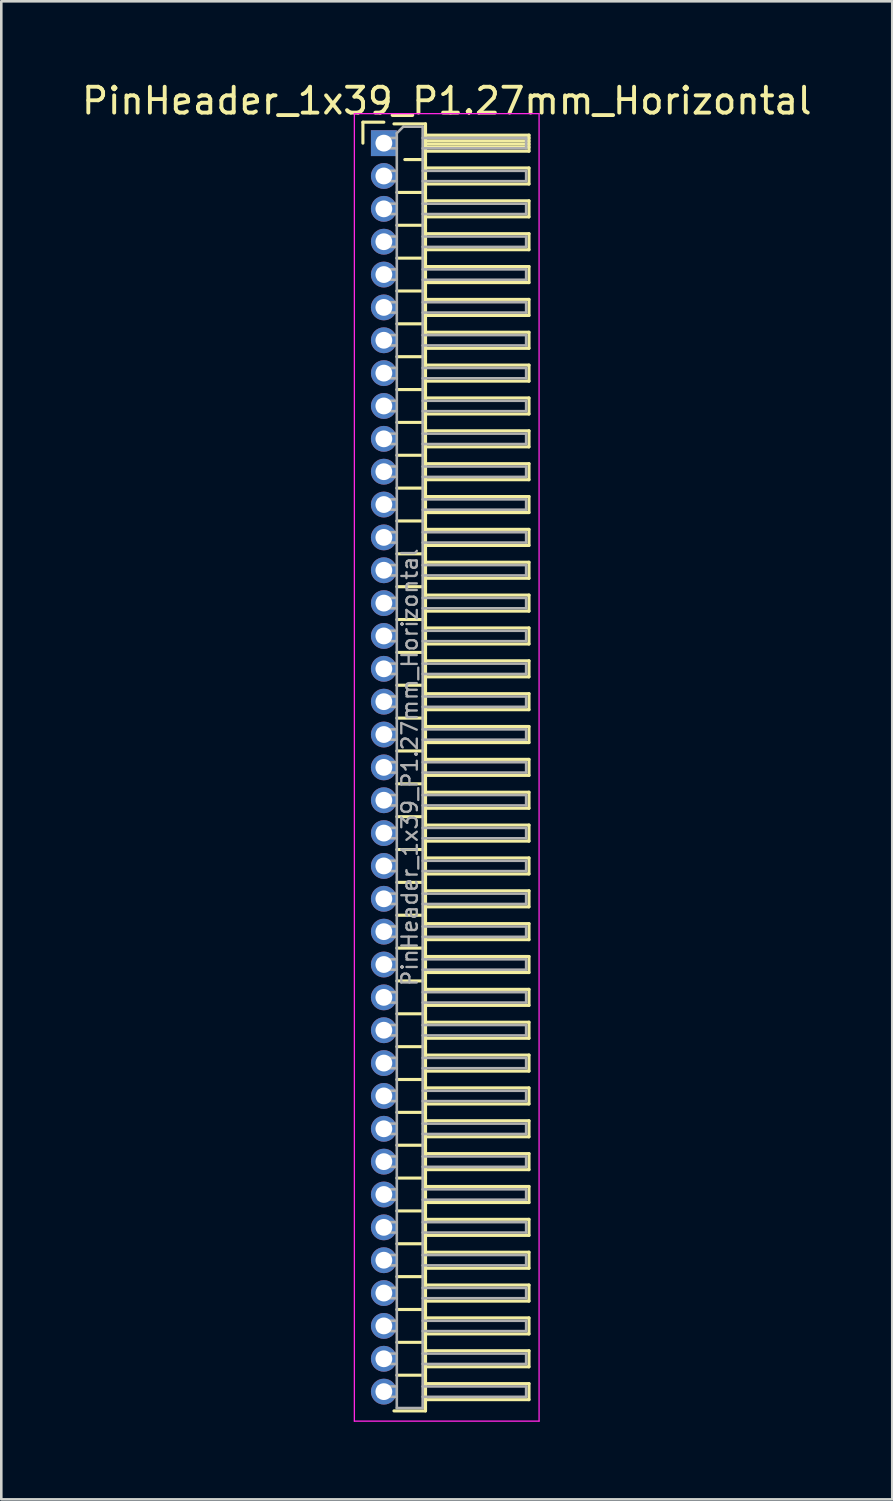
<source format=kicad_pcb>
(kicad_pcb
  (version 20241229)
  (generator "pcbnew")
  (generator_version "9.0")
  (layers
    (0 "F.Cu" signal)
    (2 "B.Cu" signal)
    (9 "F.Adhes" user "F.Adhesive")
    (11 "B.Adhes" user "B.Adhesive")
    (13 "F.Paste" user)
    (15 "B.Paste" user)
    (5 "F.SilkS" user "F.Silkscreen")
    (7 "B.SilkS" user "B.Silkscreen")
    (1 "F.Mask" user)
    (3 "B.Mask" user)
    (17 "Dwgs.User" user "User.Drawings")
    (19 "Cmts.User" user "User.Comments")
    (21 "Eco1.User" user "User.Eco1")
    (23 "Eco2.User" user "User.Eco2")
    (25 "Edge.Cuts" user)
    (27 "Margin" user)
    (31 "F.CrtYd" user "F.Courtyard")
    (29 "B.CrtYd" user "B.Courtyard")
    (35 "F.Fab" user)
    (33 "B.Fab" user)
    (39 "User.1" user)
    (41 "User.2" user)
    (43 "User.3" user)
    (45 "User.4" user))
  (footprint "PinHeader_1x39_P1.27mm_Horizontal"
    (layer "F.Cu")
    (at 11.788 2.483)
    (property "Reference" "PinHeader_1x39_P1.27mm_Horizontal" (at 2.433 -1.635 0) (layer "F.SilkS") (effects (font (size 1 1) (thickness 0.15))))
    (attr through_hole)
    (fp_line (start -0.81 -0.81) (end 0 -0.81) (stroke (width 0.12) (type solid)) (layer "F.SilkS"))
    (fp_line (start -0.81 0) (end -0.81 -0.81) (stroke (width 0.12) (type solid)) (layer "F.SilkS"))
    (fp_line (start 0.39 -0.745) (end 1.61 -0.745) (stroke (width 0.12) (type solid)) (layer "F.SilkS"))
    (fp_line (start 0.503 1.905) (end 1.61 1.905) (stroke (width 0.12) (type solid)) (layer "F.SilkS"))
    (fp_line (start 0.503 3.175) (end 1.61 3.175) (stroke (width 0.12) (type solid)) (layer "F.SilkS"))
    (fp_line (start 0.503 4.445) (end 1.61 4.445) (stroke (width 0.12) (type solid)) (layer "F.SilkS"))
    (fp_line (start 0.503 5.715) (end 1.61 5.715) (stroke (width 0.12) (type solid)) (layer "F.SilkS"))
    (fp_line (start 0.503 6.985) (end 1.61 6.985) (stroke (width 0.12) (type solid)) (layer "F.SilkS"))
    (fp_line (start 0.503 8.255) (end 1.61 8.255) (stroke (width 0.12) (type solid)) (layer "F.SilkS"))
    (fp_line (start 0.503 9.525) (end 1.61 9.525) (stroke (width 0.12) (type solid)) (layer "F.SilkS"))
    (fp_line (start 0.503 10.795) (end 1.61 10.795) (stroke (width 0.12) (type solid)) (layer "F.SilkS"))
    (fp_line (start 0.503 12.065) (end 1.61 12.065) (stroke (width 0.12) (type solid)) (layer "F.SilkS"))
    (fp_line (start 0.503 13.335) (end 1.61 13.335) (stroke (width 0.12) (type solid)) (layer "F.SilkS"))
    (fp_line (start 0.503 14.605) (end 1.61 14.605) (stroke (width 0.12) (type solid)) (layer "F.SilkS"))
    (fp_line (start 0.503 15.875) (end 1.61 15.875) (stroke (width 0.12) (type solid)) (layer "F.SilkS"))
    (fp_line (start 0.503 17.145) (end 1.61 17.145) (stroke (width 0.12) (type solid)) (layer "F.SilkS"))
    (fp_line (start 0.503 18.415) (end 1.61 18.415) (stroke (width 0.12) (type solid)) (layer "F.SilkS"))
    (fp_line (start 0.503 19.685) (end 1.61 19.685) (stroke (width 0.12) (type solid)) (layer "F.SilkS"))
    (fp_line (start 0.503 20.955) (end 1.61 20.955) (stroke (width 0.12) (type solid)) (layer "F.SilkS"))
    (fp_line (start 0.503 22.225) (end 1.61 22.225) (stroke (width 0.12) (type solid)) (layer "F.SilkS"))
    (fp_line (start 0.503 23.495) (end 1.61 23.495) (stroke (width 0.12) (type solid)) (layer "F.SilkS"))
    (fp_line (start 0.503 24.765) (end 1.61 24.765) (stroke (width 0.12) (type solid)) (layer "F.SilkS"))
    (fp_line (start 0.503 26.035) (end 1.61 26.035) (stroke (width 0.12) (type solid)) (layer "F.SilkS"))
    (fp_line (start 0.503 27.305) (end 1.61 27.305) (stroke (width 0.12) (type solid)) (layer "F.SilkS"))
    (fp_line (start 0.503 28.575) (end 1.61 28.575) (stroke (width 0.12) (type solid)) (layer "F.SilkS"))
    (fp_line (start 0.503 29.845) (end 1.61 29.845) (stroke (width 0.12) (type solid)) (layer "F.SilkS"))
    (fp_line (start 0.503 31.115) (end 1.61 31.115) (stroke (width 0.12) (type solid)) (layer "F.SilkS"))
    (fp_line (start 0.503 32.385) (end 1.61 32.385) (stroke (width 0.12) (type solid)) (layer "F.SilkS"))
    (fp_line (start 0.503 33.655) (end 1.61 33.655) (stroke (width 0.12) (type solid)) (layer "F.SilkS"))
    (fp_line (start 0.503 34.925) (end 1.61 34.925) (stroke (width 0.12) (type solid)) (layer "F.SilkS"))
    (fp_line (start 0.503 36.195) (end 1.61 36.195) (stroke (width 0.12) (type solid)) (layer "F.SilkS"))
    (fp_line (start 0.503 37.465) (end 1.61 37.465) (stroke (width 0.12) (type solid)) (layer "F.SilkS"))
    (fp_line (start 0.503 38.735) (end 1.61 38.735) (stroke (width 0.12) (type solid)) (layer "F.SilkS"))
    (fp_line (start 0.503 40.005) (end 1.61 40.005) (stroke (width 0.12) (type solid)) (layer "F.SilkS"))
    (fp_line (start 0.503 41.275) (end 1.61 41.275) (stroke (width 0.12) (type solid)) (layer "F.SilkS"))
    (fp_line (start 0.503 42.545) (end 1.61 42.545) (stroke (width 0.12) (type solid)) (layer "F.SilkS"))
    (fp_line (start 0.503 43.815) (end 1.61 43.815) (stroke (width 0.12) (type solid)) (layer "F.SilkS"))
    (fp_line (start 0.503 45.085) (end 1.61 45.085) (stroke (width 0.12) (type solid)) (layer "F.SilkS"))
    (fp_line (start 0.503 46.355) (end 1.61 46.355) (stroke (width 0.12) (type solid)) (layer "F.SilkS"))
    (fp_line (start 0.503 47.625) (end 1.61 47.625) (stroke (width 0.12) (type solid)) (layer "F.SilkS"))
    (fp_line (start 0.81 0.635) (end 1.61 0.635) (stroke (width 0.12) (type solid)) (layer "F.SilkS"))
    (fp_line (start 1.61 -0.745) (end 1.61 49.005) (stroke (width 0.12) (type solid)) (layer "F.SilkS"))
    (fp_line (start 1.61 -0.31) (end 5.61 -0.31) (stroke (width 0.12) (type solid)) (layer "F.SilkS"))
    (fp_line (start 1.61 -0.2) (end 5.61 -0.2) (stroke (width 0.12) (type solid)) (layer "F.SilkS"))
    (fp_line (start 1.61 -0.08) (end 5.61 -0.08) (stroke (width 0.12) (type solid)) (layer "F.SilkS"))
    (fp_line (start 1.61 0.04) (end 5.61 0.04) (stroke (width 0.12) (type solid)) (layer "F.SilkS"))
    (fp_line (start 1.61 0.16) (end 5.61 0.16) (stroke (width 0.12) (type solid)) (layer "F.SilkS"))
    (fp_line (start 1.61 0.96) (end 5.61 0.96) (stroke (width 0.12) (type solid)) (layer "F.SilkS"))
    (fp_line (start 1.61 2.23) (end 5.61 2.23) (stroke (width 0.12) (type solid)) (layer "F.SilkS"))
    (fp_line (start 1.61 3.5) (end 5.61 3.5) (stroke (width 0.12) (type solid)) (layer "F.SilkS"))
    (fp_line (start 1.61 4.77) (end 5.61 4.77) (stroke (width 0.12) (type solid)) (layer "F.SilkS"))
    (fp_line (start 1.61 6.04) (end 5.61 6.04) (stroke (width 0.12) (type solid)) (layer "F.SilkS"))
    (fp_line (start 1.61 7.31) (end 5.61 7.31) (stroke (width 0.12) (type solid)) (layer "F.SilkS"))
    (fp_line (start 1.61 8.58) (end 5.61 8.58) (stroke (width 0.12) (type solid)) (layer "F.SilkS"))
    (fp_line (start 1.61 9.85) (end 5.61 9.85) (stroke (width 0.12) (type solid)) (layer "F.SilkS"))
    (fp_line (start 1.61 11.12) (end 5.61 11.12) (stroke (width 0.12) (type solid)) (layer "F.SilkS"))
    (fp_line (start 1.61 12.39) (end 5.61 12.39) (stroke (width 0.12) (type solid)) (layer "F.SilkS"))
    (fp_line (start 1.61 13.66) (end 5.61 13.66) (stroke (width 0.12) (type solid)) (layer "F.SilkS"))
    (fp_line (start 1.61 14.93) (end 5.61 14.93) (stroke (width 0.12) (type solid)) (layer "F.SilkS"))
    (fp_line (start 1.61 16.2) (end 5.61 16.2) (stroke (width 0.12) (type solid)) (layer "F.SilkS"))
    (fp_line (start 1.61 17.47) (end 5.61 17.47) (stroke (width 0.12) (type solid)) (layer "F.SilkS"))
    (fp_line (start 1.61 18.74) (end 5.61 18.74) (stroke (width 0.12) (type solid)) (layer "F.SilkS"))
    (fp_line (start 1.61 20.01) (end 5.61 20.01) (stroke (width 0.12) (type solid)) (layer "F.SilkS"))
    (fp_line (start 1.61 21.28) (end 5.61 21.28) (stroke (width 0.12) (type solid)) (layer "F.SilkS"))
    (fp_line (start 1.61 22.55) (end 5.61 22.55) (stroke (width 0.12) (type solid)) (layer "F.SilkS"))
    (fp_line (start 1.61 23.82) (end 5.61 23.82) (stroke (width 0.12) (type solid)) (layer "F.SilkS"))
    (fp_line (start 1.61 25.09) (end 5.61 25.09) (stroke (width 0.12) (type solid)) (layer "F.SilkS"))
    (fp_line (start 1.61 26.36) (end 5.61 26.36) (stroke (width 0.12) (type solid)) (layer "F.SilkS"))
    (fp_line (start 1.61 27.63) (end 5.61 27.63) (stroke (width 0.12) (type solid)) (layer "F.SilkS"))
    (fp_line (start 1.61 28.9) (end 5.61 28.9) (stroke (width 0.12) (type solid)) (layer "F.SilkS"))
    (fp_line (start 1.61 30.17) (end 5.61 30.17) (stroke (width 0.12) (type solid)) (layer "F.SilkS"))
    (fp_line (start 1.61 31.44) (end 5.61 31.44) (stroke (width 0.12) (type solid)) (layer "F.SilkS"))
    (fp_line (start 1.61 32.71) (end 5.61 32.71) (stroke (width 0.12) (type solid)) (layer "F.SilkS"))
    (fp_line (start 1.61 33.98) (end 5.61 33.98) (stroke (width 0.12) (type solid)) (layer "F.SilkS"))
    (fp_line (start 1.61 35.25) (end 5.61 35.25) (stroke (width 0.12) (type solid)) (layer "F.SilkS"))
    (fp_line (start 1.61 36.52) (end 5.61 36.52) (stroke (width 0.12) (type solid)) (layer "F.SilkS"))
    (fp_line (start 1.61 37.79) (end 5.61 37.79) (stroke (width 0.12) (type solid)) (layer "F.SilkS"))
    (fp_line (start 1.61 39.06) (end 5.61 39.06) (stroke (width 0.12) (type solid)) (layer "F.SilkS"))
    (fp_line (start 1.61 40.33) (end 5.61 40.33) (stroke (width 0.12) (type solid)) (layer "F.SilkS"))
    (fp_line (start 1.61 41.6) (end 5.61 41.6) (stroke (width 0.12) (type solid)) (layer "F.SilkS"))
    (fp_line (start 1.61 42.87) (end 5.61 42.87) (stroke (width 0.12) (type solid)) (layer "F.SilkS"))
    (fp_line (start 1.61 44.14) (end 5.61 44.14) (stroke (width 0.12) (type solid)) (layer "F.SilkS"))
    (fp_line (start 1.61 45.41) (end 5.61 45.41) (stroke (width 0.12) (type solid)) (layer "F.SilkS"))
    (fp_line (start 1.61 46.68) (end 5.61 46.68) (stroke (width 0.12) (type solid)) (layer "F.SilkS"))
    (fp_line (start 1.61 47.95) (end 5.61 47.95) (stroke (width 0.12) (type solid)) (layer "F.SilkS"))
    (fp_line (start 1.61 49.005) (end 0.39 49.005) (stroke (width 0.12) (type solid)) (layer "F.SilkS"))
    (fp_line (start 5.61 -0.31) (end 5.61 0.31) (stroke (width 0.12) (type solid)) (layer "F.SilkS"))
    (fp_line (start 5.61 0.31) (end 1.61 0.31) (stroke (width 0.12) (type solid)) (layer "F.SilkS"))
    (fp_line (start 5.61 0.96) (end 5.61 1.58) (stroke (width 0.12) (type solid)) (layer "F.SilkS"))
    (fp_line (start 5.61 1.58) (end 1.61 1.58) (stroke (width 0.12) (type solid)) (layer "F.SilkS"))
    (fp_line (start 5.61 2.23) (end 5.61 2.85) (stroke (width 0.12) (type solid)) (layer "F.SilkS"))
    (fp_line (start 5.61 2.85) (end 1.61 2.85) (stroke (width 0.12) (type solid)) (layer "F.SilkS"))
    (fp_line (start 5.61 3.5) (end 5.61 4.12) (stroke (width 0.12) (type solid)) (layer "F.SilkS"))
    (fp_line (start 5.61 4.12) (end 1.61 4.12) (stroke (width 0.12) (type solid)) (layer "F.SilkS"))
    (fp_line (start 5.61 4.77) (end 5.61 5.39) (stroke (width 0.12) (type solid)) (layer "F.SilkS"))
    (fp_line (start 5.61 5.39) (end 1.61 5.39) (stroke (width 0.12) (type solid)) (layer "F.SilkS"))
    (fp_line (start 5.61 6.04) (end 5.61 6.66) (stroke (width 0.12) (type solid)) (layer "F.SilkS"))
    (fp_line (start 5.61 6.66) (end 1.61 6.66) (stroke (width 0.12) (type solid)) (layer "F.SilkS"))
    (fp_line (start 5.61 7.31) (end 5.61 7.93) (stroke (width 0.12) (type solid)) (layer "F.SilkS"))
    (fp_line (start 5.61 7.93) (end 1.61 7.93) (stroke (width 0.12) (type solid)) (layer "F.SilkS"))
    (fp_line (start 5.61 8.58) (end 5.61 9.2) (stroke (width 0.12) (type solid)) (layer "F.SilkS"))
    (fp_line (start 5.61 9.2) (end 1.61 9.2) (stroke (width 0.12) (type solid)) (layer "F.SilkS"))
    (fp_line (start 5.61 9.85) (end 5.61 10.47) (stroke (width 0.12) (type solid)) (layer "F.SilkS"))
    (fp_line (start 5.61 10.47) (end 1.61 10.47) (stroke (width 0.12) (type solid)) (layer "F.SilkS"))
    (fp_line (start 5.61 11.12) (end 5.61 11.74) (stroke (width 0.12) (type solid)) (layer "F.SilkS"))
    (fp_line (start 5.61 11.74) (end 1.61 11.74) (stroke (width 0.12) (type solid)) (layer "F.SilkS"))
    (fp_line (start 5.61 12.39) (end 5.61 13.01) (stroke (width 0.12) (type solid)) (layer "F.SilkS"))
    (fp_line (start 5.61 13.01) (end 1.61 13.01) (stroke (width 0.12) (type solid)) (layer "F.SilkS"))
    (fp_line (start 5.61 13.66) (end 5.61 14.28) (stroke (width 0.12) (type solid)) (layer "F.SilkS"))
    (fp_line (start 5.61 14.28) (end 1.61 14.28) (stroke (width 0.12) (type solid)) (layer "F.SilkS"))
    (fp_line (start 5.61 14.93) (end 5.61 15.55) (stroke (width 0.12) (type solid)) (layer "F.SilkS"))
    (fp_line (start 5.61 15.55) (end 1.61 15.55) (stroke (width 0.12) (type solid)) (layer "F.SilkS"))
    (fp_line (start 5.61 16.2) (end 5.61 16.82) (stroke (width 0.12) (type solid)) (layer "F.SilkS"))
    (fp_line (start 5.61 16.82) (end 1.61 16.82) (stroke (width 0.12) (type solid)) (layer "F.SilkS"))
    (fp_line (start 5.61 17.47) (end 5.61 18.09) (stroke (width 0.12) (type solid)) (layer "F.SilkS"))
    (fp_line (start 5.61 18.09) (end 1.61 18.09) (stroke (width 0.12) (type solid)) (layer "F.SilkS"))
    (fp_line (start 5.61 18.74) (end 5.61 19.36) (stroke (width 0.12) (type solid)) (layer "F.SilkS"))
    (fp_line (start 5.61 19.36) (end 1.61 19.36) (stroke (width 0.12) (type solid)) (layer "F.SilkS"))
    (fp_line (start 5.61 20.01) (end 5.61 20.63) (stroke (width 0.12) (type solid)) (layer "F.SilkS"))
    (fp_line (start 5.61 20.63) (end 1.61 20.63) (stroke (width 0.12) (type solid)) (layer "F.SilkS"))
    (fp_line (start 5.61 21.28) (end 5.61 21.9) (stroke (width 0.12) (type solid)) (layer "F.SilkS"))
    (fp_line (start 5.61 21.9) (end 1.61 21.9) (stroke (width 0.12) (type solid)) (layer "F.SilkS"))
    (fp_line (start 5.61 22.55) (end 5.61 23.17) (stroke (width 0.12) (type solid)) (layer "F.SilkS"))
    (fp_line (start 5.61 23.17) (end 1.61 23.17) (stroke (width 0.12) (type solid)) (layer "F.SilkS"))
    (fp_line (start 5.61 23.82) (end 5.61 24.44) (stroke (width 0.12) (type solid)) (layer "F.SilkS"))
    (fp_line (start 5.61 24.44) (end 1.61 24.44) (stroke (width 0.12) (type solid)) (layer "F.SilkS"))
    (fp_line (start 5.61 25.09) (end 5.61 25.71) (stroke (width 0.12) (type solid)) (layer "F.SilkS"))
    (fp_line (start 5.61 25.71) (end 1.61 25.71) (stroke (width 0.12) (type solid)) (layer "F.SilkS"))
    (fp_line (start 5.61 26.36) (end 5.61 26.98) (stroke (width 0.12) (type solid)) (layer "F.SilkS"))
    (fp_line (start 5.61 26.98) (end 1.61 26.98) (stroke (width 0.12) (type solid)) (layer "F.SilkS"))
    (fp_line (start 5.61 27.63) (end 5.61 28.25) (stroke (width 0.12) (type solid)) (layer "F.SilkS"))
    (fp_line (start 5.61 28.25) (end 1.61 28.25) (stroke (width 0.12) (type solid)) (layer "F.SilkS"))
    (fp_line (start 5.61 28.9) (end 5.61 29.52) (stroke (width 0.12) (type solid)) (layer "F.SilkS"))
    (fp_line (start 5.61 29.52) (end 1.61 29.52) (stroke (width 0.12) (type solid)) (layer "F.SilkS"))
    (fp_line (start 5.61 30.17) (end 5.61 30.79) (stroke (width 0.12) (type solid)) (layer "F.SilkS"))
    (fp_line (start 5.61 30.79) (end 1.61 30.79) (stroke (width 0.12) (type solid)) (layer "F.SilkS"))
    (fp_line (start 5.61 31.44) (end 5.61 32.06) (stroke (width 0.12) (type solid)) (layer "F.SilkS"))
    (fp_line (start 5.61 32.06) (end 1.61 32.06) (stroke (width 0.12) (type solid)) (layer "F.SilkS"))
    (fp_line (start 5.61 32.71) (end 5.61 33.33) (stroke (width 0.12) (type solid)) (layer "F.SilkS"))
    (fp_line (start 5.61 33.33) (end 1.61 33.33) (stroke (width 0.12) (type solid)) (layer "F.SilkS"))
    (fp_line (start 5.61 33.98) (end 5.61 34.6) (stroke (width 0.12) (type solid)) (layer "F.SilkS"))
    (fp_line (start 5.61 34.6) (end 1.61 34.6) (stroke (width 0.12) (type solid)) (layer "F.SilkS"))
    (fp_line (start 5.61 35.25) (end 5.61 35.87) (stroke (width 0.12) (type solid)) (layer "F.SilkS"))
    (fp_line (start 5.61 35.87) (end 1.61 35.87) (stroke (width 0.12) (type solid)) (layer "F.SilkS"))
    (fp_line (start 5.61 36.52) (end 5.61 37.14) (stroke (width 0.12) (type solid)) (layer "F.SilkS"))
    (fp_line (start 5.61 37.14) (end 1.61 37.14) (stroke (width 0.12) (type solid)) (layer "F.SilkS"))
    (fp_line (start 5.61 37.79) (end 5.61 38.41) (stroke (width 0.12) (type solid)) (layer "F.SilkS"))
    (fp_line (start 5.61 38.41) (end 1.61 38.41) (stroke (width 0.12) (type solid)) (layer "F.SilkS"))
    (fp_line (start 5.61 39.06) (end 5.61 39.68) (stroke (width 0.12) (type solid)) (layer "F.SilkS"))
    (fp_line (start 5.61 39.68) (end 1.61 39.68) (stroke (width 0.12) (type solid)) (layer "F.SilkS"))
    (fp_line (start 5.61 40.33) (end 5.61 40.95) (stroke (width 0.12) (type solid)) (layer "F.SilkS"))
    (fp_line (start 5.61 40.95) (end 1.61 40.95) (stroke (width 0.12) (type solid)) (layer "F.SilkS"))
    (fp_line (start 5.61 41.6) (end 5.61 42.22) (stroke (width 0.12) (type solid)) (layer "F.SilkS"))
    (fp_line (start 5.61 42.22) (end 1.61 42.22) (stroke (width 0.12) (type solid)) (layer "F.SilkS"))
    (fp_line (start 5.61 42.87) (end 5.61 43.49) (stroke (width 0.12) (type solid)) (layer "F.SilkS"))
    (fp_line (start 5.61 43.49) (end 1.61 43.49) (stroke (width 0.12) (type solid)) (layer "F.SilkS"))
    (fp_line (start 5.61 44.14) (end 5.61 44.76) (stroke (width 0.12) (type solid)) (layer "F.SilkS"))
    (fp_line (start 5.61 44.76) (end 1.61 44.76) (stroke (width 0.12) (type solid)) (layer "F.SilkS"))
    (fp_line (start 5.61 45.41) (end 5.61 46.03) (stroke (width 0.12) (type solid)) (layer "F.SilkS"))
    (fp_line (start 5.61 46.03) (end 1.61 46.03) (stroke (width 0.12) (type solid)) (layer "F.SilkS"))
    (fp_line (start 5.61 46.68) (end 5.61 47.3) (stroke (width 0.12) (type solid)) (layer "F.SilkS"))
    (fp_line (start 5.61 47.3) (end 1.61 47.3) (stroke (width 0.12) (type solid)) (layer "F.SilkS"))
    (fp_line (start 5.61 47.95) (end 5.61 48.57) (stroke (width 0.12) (type solid)) (layer "F.SilkS"))
    (fp_line (start 5.61 48.57) (end 1.61 48.57) (stroke (width 0.12) (type solid)) (layer "F.SilkS"))
    (fp_line (start -1.14 -1.14) (end -1.14 49.4) (stroke (width 0.05) (type solid)) (layer "F.CrtYd"))
    (fp_line (start -1.14 49.4) (end 6 49.4) (stroke (width 0.05) (type solid)) (layer "F.CrtYd"))
    (fp_line (start 6 -1.14) (end -1.14 -1.14) (stroke (width 0.05) (type solid)) (layer "F.CrtYd"))
    (fp_line (start 6 49.4) (end 6 -1.14) (stroke (width 0.05) (type solid)) (layer "F.CrtYd"))
    (fp_line (start -0.2 -0.2) (end -0.2 0.2) (stroke (width 0.1) (type solid)) (layer "F.Fab"))
    (fp_line (start -0.2 -0.2) (end 0.5 -0.2) (stroke (width 0.1) (type solid)) (layer "F.Fab"))
    (fp_line (start -0.2 0.2) (end 0.5 0.2) (stroke (width 0.1) (type solid)) (layer "F.Fab"))
    (fp_line (start -0.2 1.07) (end -0.2 1.47) (stroke (width 0.1) (type solid)) (layer "F.Fab"))
    (fp_line (start -0.2 1.07) (end 0.5 1.07) (stroke (width 0.1) (type solid)) (layer "F.Fab"))
    (fp_line (start -0.2 1.47) (end 0.5 1.47) (stroke (width 0.1) (type solid)) (layer "F.Fab"))
    (fp_line (start -0.2 2.34) (end -0.2 2.74) (stroke (width 0.1) (type solid)) (layer "F.Fab"))
    (fp_line (start -0.2 2.34) (end 0.5 2.34) (stroke (width 0.1) (type solid)) (layer "F.Fab"))
    (fp_line (start -0.2 2.74) (end 0.5 2.74) (stroke (width 0.1) (type solid)) (layer "F.Fab"))
    (fp_line (start -0.2 3.61) (end -0.2 4.01) (stroke (width 0.1) (type solid)) (layer "F.Fab"))
    (fp_line (start -0.2 3.61) (end 0.5 3.61) (stroke (width 0.1) (type solid)) (layer "F.Fab"))
    (fp_line (start -0.2 4.01) (end 0.5 4.01) (stroke (width 0.1) (type solid)) (layer "F.Fab"))
    (fp_line (start -0.2 4.88) (end -0.2 5.28) (stroke (width 0.1) (type solid)) (layer "F.Fab"))
    (fp_line (start -0.2 4.88) (end 0.5 4.88) (stroke (width 0.1) (type solid)) (layer "F.Fab"))
    (fp_line (start -0.2 5.28) (end 0.5 5.28) (stroke (width 0.1) (type solid)) (layer "F.Fab"))
    (fp_line (start -0.2 6.15) (end -0.2 6.55) (stroke (width 0.1) (type solid)) (layer "F.Fab"))
    (fp_line (start -0.2 6.15) (end 0.5 6.15) (stroke (width 0.1) (type solid)) (layer "F.Fab"))
    (fp_line (start -0.2 6.55) (end 0.5 6.55) (stroke (width 0.1) (type solid)) (layer "F.Fab"))
    (fp_line (start -0.2 7.42) (end -0.2 7.82) (stroke (width 0.1) (type solid)) (layer "F.Fab"))
    (fp_line (start -0.2 7.42) (end 0.5 7.42) (stroke (width 0.1) (type solid)) (layer "F.Fab"))
    (fp_line (start -0.2 7.82) (end 0.5 7.82) (stroke (width 0.1) (type solid)) (layer "F.Fab"))
    (fp_line (start -0.2 8.69) (end -0.2 9.09) (stroke (width 0.1) (type solid)) (layer "F.Fab"))
    (fp_line (start -0.2 8.69) (end 0.5 8.69) (stroke (width 0.1) (type solid)) (layer "F.Fab"))
    (fp_line (start -0.2 9.09) (end 0.5 9.09) (stroke (width 0.1) (type solid)) (layer "F.Fab"))
    (fp_line (start -0.2 9.96) (end -0.2 10.36) (stroke (width 0.1) (type solid)) (layer "F.Fab"))
    (fp_line (start -0.2 9.96) (end 0.5 9.96) (stroke (width 0.1) (type solid)) (layer "F.Fab"))
    (fp_line (start -0.2 10.36) (end 0.5 10.36) (stroke (width 0.1) (type solid)) (layer "F.Fab"))
    (fp_line (start -0.2 11.23) (end -0.2 11.63) (stroke (width 0.1) (type solid)) (layer "F.Fab"))
    (fp_line (start -0.2 11.23) (end 0.5 11.23) (stroke (width 0.1) (type solid)) (layer "F.Fab"))
    (fp_line (start -0.2 11.63) (end 0.5 11.63) (stroke (width 0.1) (type solid)) (layer "F.Fab"))
    (fp_line (start -0.2 12.5) (end -0.2 12.9) (stroke (width 0.1) (type solid)) (layer "F.Fab"))
    (fp_line (start -0.2 12.5) (end 0.5 12.5) (stroke (width 0.1) (type solid)) (layer "F.Fab"))
    (fp_line (start -0.2 12.9) (end 0.5 12.9) (stroke (width 0.1) (type solid)) (layer "F.Fab"))
    (fp_line (start -0.2 13.77) (end -0.2 14.17) (stroke (width 0.1) (type solid)) (layer "F.Fab"))
    (fp_line (start -0.2 13.77) (end 0.5 13.77) (stroke (width 0.1) (type solid)) (layer "F.Fab"))
    (fp_line (start -0.2 14.17) (end 0.5 14.17) (stroke (width 0.1) (type solid)) (layer "F.Fab"))
    (fp_line (start -0.2 15.04) (end -0.2 15.44) (stroke (width 0.1) (type solid)) (layer "F.Fab"))
    (fp_line (start -0.2 15.04) (end 0.5 15.04) (stroke (width 0.1) (type solid)) (layer "F.Fab"))
    (fp_line (start -0.2 15.44) (end 0.5 15.44) (stroke (width 0.1) (type solid)) (layer "F.Fab"))
    (fp_line (start -0.2 16.31) (end -0.2 16.71) (stroke (width 0.1) (type solid)) (layer "F.Fab"))
    (fp_line (start -0.2 16.31) (end 0.5 16.31) (stroke (width 0.1) (type solid)) (layer "F.Fab"))
    (fp_line (start -0.2 16.71) (end 0.5 16.71) (stroke (width 0.1) (type solid)) (layer "F.Fab"))
    (fp_line (start -0.2 17.58) (end -0.2 17.98) (stroke (width 0.1) (type solid)) (layer "F.Fab"))
    (fp_line (start -0.2 17.58) (end 0.5 17.58) (stroke (width 0.1) (type solid)) (layer "F.Fab"))
    (fp_line (start -0.2 17.98) (end 0.5 17.98) (stroke (width 0.1) (type solid)) (layer "F.Fab"))
    (fp_line (start -0.2 18.85) (end -0.2 19.25) (stroke (width 0.1) (type solid)) (layer "F.Fab"))
    (fp_line (start -0.2 18.85) (end 0.5 18.85) (stroke (width 0.1) (type solid)) (layer "F.Fab"))
    (fp_line (start -0.2 19.25) (end 0.5 19.25) (stroke (width 0.1) (type solid)) (layer "F.Fab"))
    (fp_line (start -0.2 20.12) (end -0.2 20.52) (stroke (width 0.1) (type solid)) (layer "F.Fab"))
    (fp_line (start -0.2 20.12) (end 0.5 20.12) (stroke (width 0.1) (type solid)) (layer "F.Fab"))
    (fp_line (start -0.2 20.52) (end 0.5 20.52) (stroke (width 0.1) (type solid)) (layer "F.Fab"))
    (fp_line (start -0.2 21.39) (end -0.2 21.79) (stroke (width 0.1) (type solid)) (layer "F.Fab"))
    (fp_line (start -0.2 21.39) (end 0.5 21.39) (stroke (width 0.1) (type solid)) (layer "F.Fab"))
    (fp_line (start -0.2 21.79) (end 0.5 21.79) (stroke (width 0.1) (type solid)) (layer "F.Fab"))
    (fp_line (start -0.2 22.66) (end -0.2 23.06) (stroke (width 0.1) (type solid)) (layer "F.Fab"))
    (fp_line (start -0.2 22.66) (end 0.5 22.66) (stroke (width 0.1) (type solid)) (layer "F.Fab"))
    (fp_line (start -0.2 23.06) (end 0.5 23.06) (stroke (width 0.1) (type solid)) (layer "F.Fab"))
    (fp_line (start -0.2 23.93) (end -0.2 24.33) (stroke (width 0.1) (type solid)) (layer "F.Fab"))
    (fp_line (start -0.2 23.93) (end 0.5 23.93) (stroke (width 0.1) (type solid)) (layer "F.Fab"))
    (fp_line (start -0.2 24.33) (end 0.5 24.33) (stroke (width 0.1) (type solid)) (layer "F.Fab"))
    (fp_line (start -0.2 25.2) (end -0.2 25.6) (stroke (width 0.1) (type solid)) (layer "F.Fab"))
    (fp_line (start -0.2 25.2) (end 0.5 25.2) (stroke (width 0.1) (type solid)) (layer "F.Fab"))
    (fp_line (start -0.2 25.6) (end 0.5 25.6) (stroke (width 0.1) (type solid)) (layer "F.Fab"))
    (fp_line (start -0.2 26.47) (end -0.2 26.87) (stroke (width 0.1) (type solid)) (layer "F.Fab"))
    (fp_line (start -0.2 26.47) (end 0.5 26.47) (stroke (width 0.1) (type solid)) (layer "F.Fab"))
    (fp_line (start -0.2 26.87) (end 0.5 26.87) (stroke (width 0.1) (type solid)) (layer "F.Fab"))
    (fp_line (start -0.2 27.74) (end -0.2 28.14) (stroke (width 0.1) (type solid)) (layer "F.Fab"))
    (fp_line (start -0.2 27.74) (end 0.5 27.74) (stroke (width 0.1) (type solid)) (layer "F.Fab"))
    (fp_line (start -0.2 28.14) (end 0.5 28.14) (stroke (width 0.1) (type solid)) (layer "F.Fab"))
    (fp_line (start -0.2 29.01) (end -0.2 29.41) (stroke (width 0.1) (type solid)) (layer "F.Fab"))
    (fp_line (start -0.2 29.01) (end 0.5 29.01) (stroke (width 0.1) (type solid)) (layer "F.Fab"))
    (fp_line (start -0.2 29.41) (end 0.5 29.41) (stroke (width 0.1) (type solid)) (layer "F.Fab"))
    (fp_line (start -0.2 30.28) (end -0.2 30.68) (stroke (width 0.1) (type solid)) (layer "F.Fab"))
    (fp_line (start -0.2 30.28) (end 0.5 30.28) (stroke (width 0.1) (type solid)) (layer "F.Fab"))
    (fp_line (start -0.2 30.68) (end 0.5 30.68) (stroke (width 0.1) (type solid)) (layer "F.Fab"))
    (fp_line (start -0.2 31.55) (end -0.2 31.95) (stroke (width 0.1) (type solid)) (layer "F.Fab"))
    (fp_line (start -0.2 31.55) (end 0.5 31.55) (stroke (width 0.1) (type solid)) (layer "F.Fab"))
    (fp_line (start -0.2 31.95) (end 0.5 31.95) (stroke (width 0.1) (type solid)) (layer "F.Fab"))
    (fp_line (start -0.2 32.82) (end -0.2 33.22) (stroke (width 0.1) (type solid)) (layer "F.Fab"))
    (fp_line (start -0.2 32.82) (end 0.5 32.82) (stroke (width 0.1) (type solid)) (layer "F.Fab"))
    (fp_line (start -0.2 33.22) (end 0.5 33.22) (stroke (width 0.1) (type solid)) (layer "F.Fab"))
    (fp_line (start -0.2 34.09) (end -0.2 34.49) (stroke (width 0.1) (type solid)) (layer "F.Fab"))
    (fp_line (start -0.2 34.09) (end 0.5 34.09) (stroke (width 0.1) (type solid)) (layer "F.Fab"))
    (fp_line (start -0.2 34.49) (end 0.5 34.49) (stroke (width 0.1) (type solid)) (layer "F.Fab"))
    (fp_line (start -0.2 35.36) (end -0.2 35.76) (stroke (width 0.1) (type solid)) (layer "F.Fab"))
    (fp_line (start -0.2 35.36) (end 0.5 35.36) (stroke (width 0.1) (type solid)) (layer "F.Fab"))
    (fp_line (start -0.2 35.76) (end 0.5 35.76) (stroke (width 0.1) (type solid)) (layer "F.Fab"))
    (fp_line (start -0.2 36.63) (end -0.2 37.03) (stroke (width 0.1) (type solid)) (layer "F.Fab"))
    (fp_line (start -0.2 36.63) (end 0.5 36.63) (stroke (width 0.1) (type solid)) (layer "F.Fab"))
    (fp_line (start -0.2 37.03) (end 0.5 37.03) (stroke (width 0.1) (type solid)) (layer "F.Fab"))
    (fp_line (start -0.2 37.9) (end -0.2 38.3) (stroke (width 0.1) (type solid)) (layer "F.Fab"))
    (fp_line (start -0.2 37.9) (end 0.5 37.9) (stroke (width 0.1) (type solid)) (layer "F.Fab"))
    (fp_line (start -0.2 38.3) (end 0.5 38.3) (stroke (width 0.1) (type solid)) (layer "F.Fab"))
    (fp_line (start -0.2 39.17) (end -0.2 39.57) (stroke (width 0.1) (type solid)) (layer "F.Fab"))
    (fp_line (start -0.2 39.17) (end 0.5 39.17) (stroke (width 0.1) (type solid)) (layer "F.Fab"))
    (fp_line (start -0.2 39.57) (end 0.5 39.57) (stroke (width 0.1) (type solid)) (layer "F.Fab"))
    (fp_line (start -0.2 40.44) (end -0.2 40.84) (stroke (width 0.1) (type solid)) (layer "F.Fab"))
    (fp_line (start -0.2 40.44) (end 0.5 40.44) (stroke (width 0.1) (type solid)) (layer "F.Fab"))
    (fp_line (start -0.2 40.84) (end 0.5 40.84) (stroke (width 0.1) (type solid)) (layer "F.Fab"))
    (fp_line (start -0.2 41.71) (end -0.2 42.11) (stroke (width 0.1) (type solid)) (layer "F.Fab"))
    (fp_line (start -0.2 41.71) (end 0.5 41.71) (stroke (width 0.1) (type solid)) (layer "F.Fab"))
    (fp_line (start -0.2 42.11) (end 0.5 42.11) (stroke (width 0.1) (type solid)) (layer "F.Fab"))
    (fp_line (start -0.2 42.98) (end -0.2 43.38) (stroke (width 0.1) (type solid)) (layer "F.Fab"))
    (fp_line (start -0.2 42.98) (end 0.5 42.98) (stroke (width 0.1) (type solid)) (layer "F.Fab"))
    (fp_line (start -0.2 43.38) (end 0.5 43.38) (stroke (width 0.1) (type solid)) (layer "F.Fab"))
    (fp_line (start -0.2 44.25) (end -0.2 44.65) (stroke (width 0.1) (type solid)) (layer "F.Fab"))
    (fp_line (start -0.2 44.25) (end 0.5 44.25) (stroke (width 0.1) (type solid)) (layer "F.Fab"))
    (fp_line (start -0.2 44.65) (end 0.5 44.65) (stroke (width 0.1) (type solid)) (layer "F.Fab"))
    (fp_line (start -0.2 45.52) (end -0.2 45.92) (stroke (width 0.1) (type solid)) (layer "F.Fab"))
    (fp_line (start -0.2 45.52) (end 0.5 45.52) (stroke (width 0.1) (type solid)) (layer "F.Fab"))
    (fp_line (start -0.2 45.92) (end 0.5 45.92) (stroke (width 0.1) (type solid)) (layer "F.Fab"))
    (fp_line (start -0.2 46.79) (end -0.2 47.19) (stroke (width 0.1) (type solid)) (layer "F.Fab"))
    (fp_line (start -0.2 46.79) (end 0.5 46.79) (stroke (width 0.1) (type solid)) (layer "F.Fab"))
    (fp_line (start -0.2 47.19) (end 0.5 47.19) (stroke (width 0.1) (type solid)) (layer "F.Fab"))
    (fp_line (start -0.2 48.06) (end -0.2 48.46) (stroke (width 0.1) (type solid)) (layer "F.Fab"))
    (fp_line (start -0.2 48.06) (end 0.5 48.06) (stroke (width 0.1) (type solid)) (layer "F.Fab"))
    (fp_line (start -0.2 48.46) (end 0.5 48.46) (stroke (width 0.1) (type solid)) (layer "F.Fab"))
    (fp_line (start 0.5 -0.385) (end 0.75 -0.635) (stroke (width 0.1) (type solid)) (layer "F.Fab"))
    (fp_line (start 0.5 48.895) (end 0.5 -0.385) (stroke (width 0.1) (type solid)) (layer "F.Fab"))
    (fp_line (start 0.75 -0.635) (end 1.5 -0.635) (stroke (width 0.1) (type solid)) (layer "F.Fab"))
    (fp_line (start 1.5 -0.635) (end 1.5 48.895) (stroke (width 0.1) (type solid)) (layer "F.Fab"))
    (fp_line (start 1.5 -0.2) (end 5.5 -0.2) (stroke (width 0.1) (type solid)) (layer "F.Fab"))
    (fp_line (start 1.5 0.2) (end 5.5 0.2) (stroke (width 0.1) (type solid)) (layer "F.Fab"))
    (fp_line (start 1.5 1.07) (end 5.5 1.07) (stroke (width 0.1) (type solid)) (layer "F.Fab"))
    (fp_line (start 1.5 1.47) (end 5.5 1.47) (stroke (width 0.1) (type solid)) (layer "F.Fab"))
    (fp_line (start 1.5 2.34) (end 5.5 2.34) (stroke (width 0.1) (type solid)) (layer "F.Fab"))
    (fp_line (start 1.5 2.74) (end 5.5 2.74) (stroke (width 0.1) (type solid)) (layer "F.Fab"))
    (fp_line (start 1.5 3.61) (end 5.5 3.61) (stroke (width 0.1) (type solid)) (layer "F.Fab"))
    (fp_line (start 1.5 4.01) (end 5.5 4.01) (stroke (width 0.1) (type solid)) (layer "F.Fab"))
    (fp_line (start 1.5 4.88) (end 5.5 4.88) (stroke (width 0.1) (type solid)) (layer "F.Fab"))
    (fp_line (start 1.5 5.28) (end 5.5 5.28) (stroke (width 0.1) (type solid)) (layer "F.Fab"))
    (fp_line (start 1.5 6.15) (end 5.5 6.15) (stroke (width 0.1) (type solid)) (layer "F.Fab"))
    (fp_line (start 1.5 6.55) (end 5.5 6.55) (stroke (width 0.1) (type solid)) (layer "F.Fab"))
    (fp_line (start 1.5 7.42) (end 5.5 7.42) (stroke (width 0.1) (type solid)) (layer "F.Fab"))
    (fp_line (start 1.5 7.82) (end 5.5 7.82) (stroke (width 0.1) (type solid)) (layer "F.Fab"))
    (fp_line (start 1.5 8.69) (end 5.5 8.69) (stroke (width 0.1) (type solid)) (layer "F.Fab"))
    (fp_line (start 1.5 9.09) (end 5.5 9.09) (stroke (width 0.1) (type solid)) (layer "F.Fab"))
    (fp_line (start 1.5 9.96) (end 5.5 9.96) (stroke (width 0.1) (type solid)) (layer "F.Fab"))
    (fp_line (start 1.5 10.36) (end 5.5 10.36) (stroke (width 0.1) (type solid)) (layer "F.Fab"))
    (fp_line (start 1.5 11.23) (end 5.5 11.23) (stroke (width 0.1) (type solid)) (layer "F.Fab"))
    (fp_line (start 1.5 11.63) (end 5.5 11.63) (stroke (width 0.1) (type solid)) (layer "F.Fab"))
    (fp_line (start 1.5 12.5) (end 5.5 12.5) (stroke (width 0.1) (type solid)) (layer "F.Fab"))
    (fp_line (start 1.5 12.9) (end 5.5 12.9) (stroke (width 0.1) (type solid)) (layer "F.Fab"))
    (fp_line (start 1.5 13.77) (end 5.5 13.77) (stroke (width 0.1) (type solid)) (layer "F.Fab"))
    (fp_line (start 1.5 14.17) (end 5.5 14.17) (stroke (width 0.1) (type solid)) (layer "F.Fab"))
    (fp_line (start 1.5 15.04) (end 5.5 15.04) (stroke (width 0.1) (type solid)) (layer "F.Fab"))
    (fp_line (start 1.5 15.44) (end 5.5 15.44) (stroke (width 0.1) (type solid)) (layer "F.Fab"))
    (fp_line (start 1.5 16.31) (end 5.5 16.31) (stroke (width 0.1) (type solid)) (layer "F.Fab"))
    (fp_line (start 1.5 16.71) (end 5.5 16.71) (stroke (width 0.1) (type solid)) (layer "F.Fab"))
    (fp_line (start 1.5 17.58) (end 5.5 17.58) (stroke (width 0.1) (type solid)) (layer "F.Fab"))
    (fp_line (start 1.5 17.98) (end 5.5 17.98) (stroke (width 0.1) (type solid)) (layer "F.Fab"))
    (fp_line (start 1.5 18.85) (end 5.5 18.85) (stroke (width 0.1) (type solid)) (layer "F.Fab"))
    (fp_line (start 1.5 19.25) (end 5.5 19.25) (stroke (width 0.1) (type solid)) (layer "F.Fab"))
    (fp_line (start 1.5 20.12) (end 5.5 20.12) (stroke (width 0.1) (type solid)) (layer "F.Fab"))
    (fp_line (start 1.5 20.52) (end 5.5 20.52) (stroke (width 0.1) (type solid)) (layer "F.Fab"))
    (fp_line (start 1.5 21.39) (end 5.5 21.39) (stroke (width 0.1) (type solid)) (layer "F.Fab"))
    (fp_line (start 1.5 21.79) (end 5.5 21.79) (stroke (width 0.1) (type solid)) (layer "F.Fab"))
    (fp_line (start 1.5 22.66) (end 5.5 22.66) (stroke (width 0.1) (type solid)) (layer "F.Fab"))
    (fp_line (start 1.5 23.06) (end 5.5 23.06) (stroke (width 0.1) (type solid)) (layer "F.Fab"))
    (fp_line (start 1.5 23.93) (end 5.5 23.93) (stroke (width 0.1) (type solid)) (layer "F.Fab"))
    (fp_line (start 1.5 24.33) (end 5.5 24.33) (stroke (width 0.1) (type solid)) (layer "F.Fab"))
    (fp_line (start 1.5 25.2) (end 5.5 25.2) (stroke (width 0.1) (type solid)) (layer "F.Fab"))
    (fp_line (start 1.5 25.6) (end 5.5 25.6) (stroke (width 0.1) (type solid)) (layer "F.Fab"))
    (fp_line (start 1.5 26.47) (end 5.5 26.47) (stroke (width 0.1) (type solid)) (layer "F.Fab"))
    (fp_line (start 1.5 26.87) (end 5.5 26.87) (stroke (width 0.1) (type solid)) (layer "F.Fab"))
    (fp_line (start 1.5 27.74) (end 5.5 27.74) (stroke (width 0.1) (type solid)) (layer "F.Fab"))
    (fp_line (start 1.5 28.14) (end 5.5 28.14) (stroke (width 0.1) (type solid)) (layer "F.Fab"))
    (fp_line (start 1.5 29.01) (end 5.5 29.01) (stroke (width 0.1) (type solid)) (layer "F.Fab"))
    (fp_line (start 1.5 29.41) (end 5.5 29.41) (stroke (width 0.1) (type solid)) (layer "F.Fab"))
    (fp_line (start 1.5 30.28) (end 5.5 30.28) (stroke (width 0.1) (type solid)) (layer "F.Fab"))
    (fp_line (start 1.5 30.68) (end 5.5 30.68) (stroke (width 0.1) (type solid)) (layer "F.Fab"))
    (fp_line (start 1.5 31.55) (end 5.5 31.55) (stroke (width 0.1) (type solid)) (layer "F.Fab"))
    (fp_line (start 1.5 31.95) (end 5.5 31.95) (stroke (width 0.1) (type solid)) (layer "F.Fab"))
    (fp_line (start 1.5 32.82) (end 5.5 32.82) (stroke (width 0.1) (type solid)) (layer "F.Fab"))
    (fp_line (start 1.5 33.22) (end 5.5 33.22) (stroke (width 0.1) (type solid)) (layer "F.Fab"))
    (fp_line (start 1.5 34.09) (end 5.5 34.09) (stroke (width 0.1) (type solid)) (layer "F.Fab"))
    (fp_line (start 1.5 34.49) (end 5.5 34.49) (stroke (width 0.1) (type solid)) (layer "F.Fab"))
    (fp_line (start 1.5 35.36) (end 5.5 35.36) (stroke (width 0.1) (type solid)) (layer "F.Fab"))
    (fp_line (start 1.5 35.76) (end 5.5 35.76) (stroke (width 0.1) (type solid)) (layer "F.Fab"))
    (fp_line (start 1.5 36.63) (end 5.5 36.63) (stroke (width 0.1) (type solid)) (layer "F.Fab"))
    (fp_line (start 1.5 37.03) (end 5.5 37.03) (stroke (width 0.1) (type solid)) (layer "F.Fab"))
    (fp_line (start 1.5 37.9) (end 5.5 37.9) (stroke (width 0.1) (type solid)) (layer "F.Fab"))
    (fp_line (start 1.5 38.3) (end 5.5 38.3) (stroke (width 0.1) (type solid)) (layer "F.Fab"))
    (fp_line (start 1.5 39.17) (end 5.5 39.17) (stroke (width 0.1) (type solid)) (layer "F.Fab"))
    (fp_line (start 1.5 39.57) (end 5.5 39.57) (stroke (width 0.1) (type solid)) (layer "F.Fab"))
    (fp_line (start 1.5 40.44) (end 5.5 40.44) (stroke (width 0.1) (type solid)) (layer "F.Fab"))
    (fp_line (start 1.5 40.84) (end 5.5 40.84) (stroke (width 0.1) (type solid)) (layer "F.Fab"))
    (fp_line (start 1.5 41.71) (end 5.5 41.71) (stroke (width 0.1) (type solid)) (layer "F.Fab"))
    (fp_line (start 1.5 42.11) (end 5.5 42.11) (stroke (width 0.1) (type solid)) (layer "F.Fab"))
    (fp_line (start 1.5 42.98) (end 5.5 42.98) (stroke (width 0.1) (type solid)) (layer "F.Fab"))
    (fp_line (start 1.5 43.38) (end 5.5 43.38) (stroke (width 0.1) (type solid)) (layer "F.Fab"))
    (fp_line (start 1.5 44.25) (end 5.5 44.25) (stroke (width 0.1) (type solid)) (layer "F.Fab"))
    (fp_line (start 1.5 44.65) (end 5.5 44.65) (stroke (width 0.1) (type solid)) (layer "F.Fab"))
    (fp_line (start 1.5 45.52) (end 5.5 45.52) (stroke (width 0.1) (type solid)) (layer "F.Fab"))
    (fp_line (start 1.5 45.92) (end 5.5 45.92) (stroke (width 0.1) (type solid)) (layer "F.Fab"))
    (fp_line (start 1.5 46.79) (end 5.5 46.79) (stroke (width 0.1) (type solid)) (layer "F.Fab"))
    (fp_line (start 1.5 47.19) (end 5.5 47.19) (stroke (width 0.1) (type solid)) (layer "F.Fab"))
    (fp_line (start 1.5 48.06) (end 5.5 48.06) (stroke (width 0.1) (type solid)) (layer "F.Fab"))
    (fp_line (start 1.5 48.46) (end 5.5 48.46) (stroke (width 0.1) (type solid)) (layer "F.Fab"))
    (fp_line (start 1.5 48.895) (end 0.5 48.895) (stroke (width 0.1) (type solid)) (layer "F.Fab"))
    (fp_line (start 5.5 -0.2) (end 5.5 0.2) (stroke (width 0.1) (type solid)) (layer "F.Fab"))
    (fp_line (start 5.5 1.07) (end 5.5 1.47) (stroke (width 0.1) (type solid)) (layer "F.Fab"))
    (fp_line (start 5.5 2.34) (end 5.5 2.74) (stroke (width 0.1) (type solid)) (layer "F.Fab"))
    (fp_line (start 5.5 3.61) (end 5.5 4.01) (stroke (width 0.1) (type solid)) (layer "F.Fab"))
    (fp_line (start 5.5 4.88) (end 5.5 5.28) (stroke (width 0.1) (type solid)) (layer "F.Fab"))
    (fp_line (start 5.5 6.15) (end 5.5 6.55) (stroke (width 0.1) (type solid)) (layer "F.Fab"))
    (fp_line (start 5.5 7.42) (end 5.5 7.82) (stroke (width 0.1) (type solid)) (layer "F.Fab"))
    (fp_line (start 5.5 8.69) (end 5.5 9.09) (stroke (width 0.1) (type solid)) (layer "F.Fab"))
    (fp_line (start 5.5 9.96) (end 5.5 10.36) (stroke (width 0.1) (type solid)) (layer "F.Fab"))
    (fp_line (start 5.5 11.23) (end 5.5 11.63) (stroke (width 0.1) (type solid)) (layer "F.Fab"))
    (fp_line (start 5.5 12.5) (end 5.5 12.9) (stroke (width 0.1) (type solid)) (layer "F.Fab"))
    (fp_line (start 5.5 13.77) (end 5.5 14.17) (stroke (width 0.1) (type solid)) (layer "F.Fab"))
    (fp_line (start 5.5 15.04) (end 5.5 15.44) (stroke (width 0.1) (type solid)) (layer "F.Fab"))
    (fp_line (start 5.5 16.31) (end 5.5 16.71) (stroke (width 0.1) (type solid)) (layer "F.Fab"))
    (fp_line (start 5.5 17.58) (end 5.5 17.98) (stroke (width 0.1) (type solid)) (layer "F.Fab"))
    (fp_line (start 5.5 18.85) (end 5.5 19.25) (stroke (width 0.1) (type solid)) (layer "F.Fab"))
    (fp_line (start 5.5 20.12) (end 5.5 20.52) (stroke (width 0.1) (type solid)) (layer "F.Fab"))
    (fp_line (start 5.5 21.39) (end 5.5 21.79) (stroke (width 0.1) (type solid)) (layer "F.Fab"))
    (fp_line (start 5.5 22.66) (end 5.5 23.06) (stroke (width 0.1) (type solid)) (layer "F.Fab"))
    (fp_line (start 5.5 23.93) (end 5.5 24.33) (stroke (width 0.1) (type solid)) (layer "F.Fab"))
    (fp_line (start 5.5 25.2) (end 5.5 25.6) (stroke (width 0.1) (type solid)) (layer "F.Fab"))
    (fp_line (start 5.5 26.47) (end 5.5 26.87) (stroke (width 0.1) (type solid)) (layer "F.Fab"))
    (fp_line (start 5.5 27.74) (end 5.5 28.14) (stroke (width 0.1) (type solid)) (layer "F.Fab"))
    (fp_line (start 5.5 29.01) (end 5.5 29.41) (stroke (width 0.1) (type solid)) (layer "F.Fab"))
    (fp_line (start 5.5 30.28) (end 5.5 30.68) (stroke (width 0.1) (type solid)) (layer "F.Fab"))
    (fp_line (start 5.5 31.55) (end 5.5 31.95) (stroke (width 0.1) (type solid)) (layer "F.Fab"))
    (fp_line (start 5.5 32.82) (end 5.5 33.22) (stroke (width 0.1) (type solid)) (layer "F.Fab"))
    (fp_line (start 5.5 34.09) (end 5.5 34.49) (stroke (width 0.1) (type solid)) (layer "F.Fab"))
    (fp_line (start 5.5 35.36) (end 5.5 35.76) (stroke (width 0.1) (type solid)) (layer "F.Fab"))
    (fp_line (start 5.5 36.63) (end 5.5 37.03) (stroke (width 0.1) (type solid)) (layer "F.Fab"))
    (fp_line (start 5.5 37.9) (end 5.5 38.3) (stroke (width 0.1) (type solid)) (layer "F.Fab"))
    (fp_line (start 5.5 39.17) (end 5.5 39.57) (stroke (width 0.1) (type solid)) (layer "F.Fab"))
    (fp_line (start 5.5 40.44) (end 5.5 40.84) (stroke (width 0.1) (type solid)) (layer "F.Fab"))
    (fp_line (start 5.5 41.71) (end 5.5 42.11) (stroke (width 0.1) (type solid)) (layer "F.Fab"))
    (fp_line (start 5.5 42.98) (end 5.5 43.38) (stroke (width 0.1) (type solid)) (layer "F.Fab"))
    (fp_line (start 5.5 44.25) (end 5.5 44.65) (stroke (width 0.1) (type solid)) (layer "F.Fab"))
    (fp_line (start 5.5 45.52) (end 5.5 45.92) (stroke (width 0.1) (type solid)) (layer "F.Fab"))
    (fp_line (start 5.5 46.79) (end 5.5 47.19) (stroke (width 0.1) (type solid)) (layer "F.Fab"))
    (fp_line (start 5.5 48.06) (end 5.5 48.46) (stroke (width 0.1) (type solid)) (layer "F.Fab"))
    (fp_text user "${REFERENCE}" (at 1 24.13 90) (layer "F.Fab") (effects (font (size 0.6 0.6) (thickness 0.09))))
    (pad "1" thru_hole rect (at 0 0) (size 1 1) (drill 0.65) (layers "*.Cu" "*.Mask"))
    (pad "2" thru_hole circle (at 0 1.27) (size 1 1) (drill 0.65) (layers "*.Cu" "*.Mask"))
    (pad "3" thru_hole circle (at 0 2.54) (size 1 1) (drill 0.65) (layers "*.Cu" "*.Mask"))
    (pad "4" thru_hole circle (at 0 3.81) (size 1 1) (drill 0.65) (layers "*.Cu" "*.Mask"))
    (pad "5" thru_hole circle (at 0 5.08) (size 1 1) (drill 0.65) (layers "*.Cu" "*.Mask"))
    (pad "6" thru_hole circle (at 0 6.35) (size 1 1) (drill 0.65) (layers "*.Cu" "*.Mask"))
    (pad "7" thru_hole circle (at 0 7.62) (size 1 1) (drill 0.65) (layers "*.Cu" "*.Mask"))
    (pad "8" thru_hole circle (at 0 8.89) (size 1 1) (drill 0.65) (layers "*.Cu" "*.Mask"))
    (pad "9" thru_hole circle (at 0 10.16) (size 1 1) (drill 0.65) (layers "*.Cu" "*.Mask"))
    (pad "10" thru_hole circle (at 0 11.43) (size 1 1) (drill 0.65) (layers "*.Cu" "*.Mask"))
    (pad "11" thru_hole circle (at 0 12.7) (size 1 1) (drill 0.65) (layers "*.Cu" "*.Mask"))
    (pad "12" thru_hole circle (at 0 13.97) (size 1 1) (drill 0.65) (layers "*.Cu" "*.Mask"))
    (pad "13" thru_hole circle (at 0 15.24) (size 1 1) (drill 0.65) (layers "*.Cu" "*.Mask"))
    (pad "14" thru_hole circle (at 0 16.51) (size 1 1) (drill 0.65) (layers "*.Cu" "*.Mask"))
    (pad "15" thru_hole circle (at 0 17.78) (size 1 1) (drill 0.65) (layers "*.Cu" "*.Mask"))
    (pad "16" thru_hole circle (at 0 19.05) (size 1 1) (drill 0.65) (layers "*.Cu" "*.Mask"))
    (pad "17" thru_hole circle (at 0 20.32) (size 1 1) (drill 0.65) (layers "*.Cu" "*.Mask"))
    (pad "18" thru_hole circle (at 0 21.59) (size 1 1) (drill 0.65) (layers "*.Cu" "*.Mask"))
    (pad "19" thru_hole circle (at 0 22.86) (size 1 1) (drill 0.65) (layers "*.Cu" "*.Mask"))
    (pad "20" thru_hole circle (at 0 24.13) (size 1 1) (drill 0.65) (layers "*.Cu" "*.Mask"))
    (pad "21" thru_hole circle (at 0 25.4) (size 1 1) (drill 0.65) (layers "*.Cu" "*.Mask"))
    (pad "22" thru_hole circle (at 0 26.67) (size 1 1) (drill 0.65) (layers "*.Cu" "*.Mask"))
    (pad "23" thru_hole circle (at 0 27.94) (size 1 1) (drill 0.65) (layers "*.Cu" "*.Mask"))
    (pad "24" thru_hole circle (at 0 29.21) (size 1 1) (drill 0.65) (layers "*.Cu" "*.Mask"))
    (pad "25" thru_hole circle (at 0 30.48) (size 1 1) (drill 0.65) (layers "*.Cu" "*.Mask"))
    (pad "26" thru_hole circle (at 0 31.75) (size 1 1) (drill 0.65) (layers "*.Cu" "*.Mask"))
    (pad "27" thru_hole circle (at 0 33.02) (size 1 1) (drill 0.65) (layers "*.Cu" "*.Mask"))
    (pad "28" thru_hole circle (at 0 34.29) (size 1 1) (drill 0.65) (layers "*.Cu" "*.Mask"))
    (pad "29" thru_hole circle (at 0 35.56) (size 1 1) (drill 0.65) (layers "*.Cu" "*.Mask"))
    (pad "30" thru_hole circle (at 0 36.83) (size 1 1) (drill 0.65) (layers "*.Cu" "*.Mask"))
    (pad "31" thru_hole circle (at 0 38.1) (size 1 1) (drill 0.65) (layers "*.Cu" "*.Mask"))
    (pad "32" thru_hole circle (at 0 39.37) (size 1 1) (drill 0.65) (layers "*.Cu" "*.Mask"))
    (pad "33" thru_hole circle (at 0 40.64) (size 1 1) (drill 0.65) (layers "*.Cu" "*.Mask"))
    (pad "34" thru_hole circle (at 0 41.91) (size 1 1) (drill 0.65) (layers "*.Cu" "*.Mask"))
    (pad "35" thru_hole circle (at 0 43.18) (size 1 1) (drill 0.65) (layers "*.Cu" "*.Mask"))
    (pad "36" thru_hole circle (at 0 44.45) (size 1 1) (drill 0.65) (layers "*.Cu" "*.Mask"))
    (pad "37" thru_hole circle (at 0 45.72) (size 1 1) (drill 0.65) (layers "*.Cu" "*.Mask"))
    (pad "38" thru_hole circle (at 0 46.99) (size 1 1) (drill 0.65) (layers "*.Cu" "*.Mask"))
    (pad "39" thru_hole circle (at 0 48.26) (size 1 1) (drill 0.65) (layers "*.Cu" "*.Mask")))
  (gr_rect
    (start -3 -3)
    (end 31.44 54.908)
    (stroke (width 0.1) (type default))
    (fill no)
    (layer "Edge.Cuts")))
</source>
